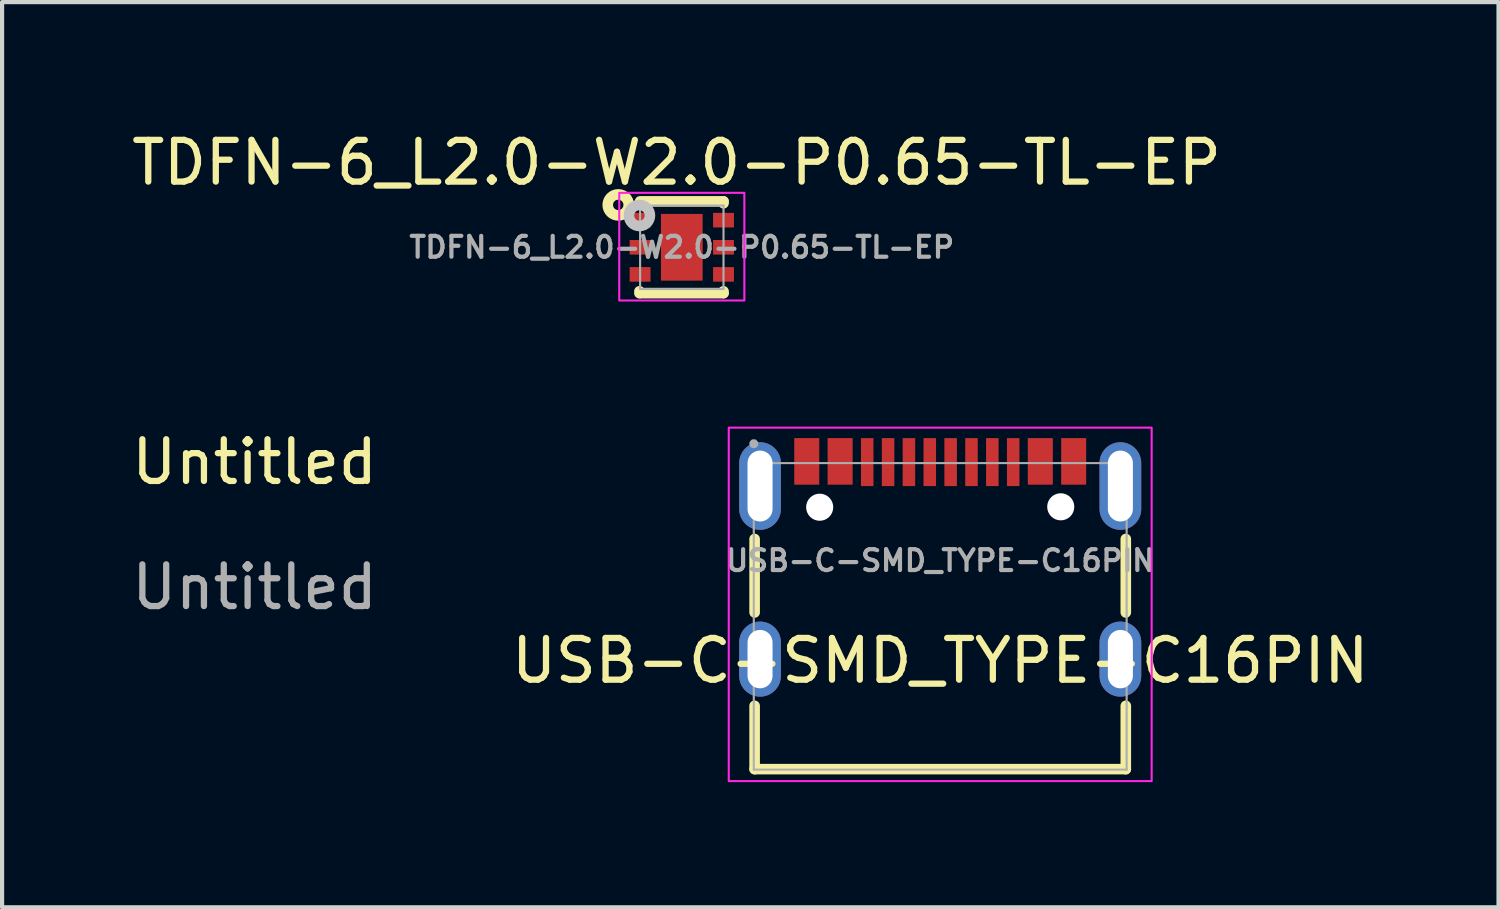
<source format=kicad_pcb>
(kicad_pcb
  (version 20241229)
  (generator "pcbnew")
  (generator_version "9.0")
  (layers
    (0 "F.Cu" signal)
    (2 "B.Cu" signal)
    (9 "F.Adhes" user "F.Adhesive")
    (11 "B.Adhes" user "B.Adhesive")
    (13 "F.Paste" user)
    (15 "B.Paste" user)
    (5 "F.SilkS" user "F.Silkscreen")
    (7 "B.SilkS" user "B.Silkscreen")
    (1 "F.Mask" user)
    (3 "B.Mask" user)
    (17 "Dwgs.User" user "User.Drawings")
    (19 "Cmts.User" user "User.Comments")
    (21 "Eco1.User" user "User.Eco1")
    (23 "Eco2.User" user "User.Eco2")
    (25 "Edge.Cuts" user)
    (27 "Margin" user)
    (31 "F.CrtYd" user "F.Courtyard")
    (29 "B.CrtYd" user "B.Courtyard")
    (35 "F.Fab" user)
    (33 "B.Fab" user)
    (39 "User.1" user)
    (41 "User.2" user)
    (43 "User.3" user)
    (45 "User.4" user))
  (footprint "Untitled"
    (layer "F.Cu")
    (at 3.054 8.527)
    (property "Reference" "Untitled" (at 0 -0.5 0) (unlocked yes) (layer "F.SilkS") (effects (font (size 1 1) (thickness 0.15))))
    (fp_text user "${REFERENCE}" (at 0 2.5 0) (unlocked yes) (layer "F.Fab") (effects (font (size 1 1) (thickness 0.15)))))
  (footprint "USB-C-SMD_TYPE-C16PIN"
    (layer "F.Cu")
    (at 19.494 10.392)
    (property "Reference" "USB-C-SMD_TYPE-C16PIN" (at 0 2.4 0) (layer "F.SilkS") (effects (font (size 1 1) (thickness 0.15))))
    (fp_line (start -4.45 -0.518) (end -4.45 1.243) (stroke (width 0.254) (type default)) (layer "F.SilkS"))
    (fp_line (start -4.45 3.482) (end -4.45 5) (stroke (width 0.254) (type default)) (layer "F.SilkS"))
    (fp_line (start -4.45 5) (end 4.45 5) (stroke (width 0.254) (type default)) (layer "F.SilkS"))
    (fp_line (start 4.45 1.243) (end 4.45 -0.518) (stroke (width 0.254) (type default)) (layer "F.SilkS"))
    (fp_line (start 4.45 5) (end 4.45 3.482) (stroke (width 0.254) (type default)) (layer "F.SilkS"))
    (fp_poly (pts (xy -3.5 -2.938) (xy -2.9 -2.938) (xy -2.9 -1.82) (xy -3.5 -1.82)) (stroke (width 0) (type default)) (fill yes) (layer "F.Paste"))
    (fp_poly (pts (xy -2.7 -2.938) (xy -2.1 -2.938) (xy -2.1 -1.82) (xy -2.7 -1.82)) (stroke (width 0) (type default)) (fill yes) (layer "F.Paste"))
    (fp_poly (pts (xy -1.9 -2.938) (xy -1.6 -2.938) (xy -1.6 -1.788) (xy -1.9 -1.788)) (stroke (width 0) (type default)) (fill yes) (layer "F.Paste"))
    (fp_poly (pts (xy -1.4 -2.938) (xy -1.1 -2.938) (xy -1.1 -1.788) (xy -1.4 -1.788)) (stroke (width 0) (type default)) (fill yes) (layer "F.Paste"))
    (fp_poly (pts (xy -0.9 -2.938) (xy -0.6 -2.938) (xy -0.6 -1.788) (xy -0.9 -1.788)) (stroke (width 0) (type default)) (fill yes) (layer "F.Paste"))
    (fp_poly (pts (xy -0.4 -2.938) (xy -0.1 -2.938) (xy -0.1 -1.788) (xy -0.4 -1.788)) (stroke (width 0) (type default)) (fill yes) (layer "F.Paste"))
    (fp_poly (pts (xy 0.1 -2.938) (xy 0.4 -2.938) (xy 0.4 -1.788) (xy 0.1 -1.788)) (stroke (width 0) (type default)) (fill yes) (layer "F.Paste"))
    (fp_poly (pts (xy 0.6 -2.938) (xy 0.9 -2.938) (xy 0.9 -1.788) (xy 0.6 -1.788)) (stroke (width 0) (type default)) (fill yes) (layer "F.Paste"))
    (fp_poly (pts (xy 1.1 -2.938) (xy 1.4 -2.938) (xy 1.4 -1.788) (xy 1.1 -1.788)) (stroke (width 0) (type default)) (fill yes) (layer "F.Paste"))
    (fp_poly (pts (xy 1.6 -2.938) (xy 1.9 -2.938) (xy 1.9 -1.788) (xy 1.6 -1.788)) (stroke (width 0) (type default)) (fill yes) (layer "F.Paste"))
    (fp_poly (pts (xy 2.1 -2.938) (xy 2.7 -2.938) (xy 2.7 -1.82) (xy 2.1 -1.82)) (stroke (width 0) (type default)) (fill yes) (layer "F.Paste"))
    (fp_poly (pts (xy 2.9 -2.938) (xy 3.5 -2.938) (xy 3.5 -1.82) (xy 2.9 -1.82)) (stroke (width 0) (type default)) (fill yes) (layer "F.Paste"))
    (fp_poly (pts (arc (start -4.82 -2.3375) (mid -4.32 -2.8375) (end -3.82 -2.3375)) (arc (start -3.82 -1.2375) (mid -4.32 -0.7375) (end -4.82 -1.2375))) (stroke (width 0) (type default)) (fill yes) (layer "F.Paste"))
    (fp_poly (pts (arc (start -4.82 1.9625) (mid -4.32 1.4625) (end -3.82 1.9625)) (arc (start -3.82 2.7625) (mid -4.32 3.2625) (end -4.82 2.7625))) (stroke (width 0) (type default)) (fill yes) (layer "F.Paste"))
    (fp_poly (pts (arc (start 3.82 -2.3375) (mid 4.32 -2.8375) (end 4.82 -2.3375)) (arc (start 4.82 -1.2375) (mid 4.32 -0.7375) (end 3.82 -1.2375))) (stroke (width 0) (type default)) (fill yes) (layer "F.Paste"))
    (fp_poly (pts (arc (start 3.82 1.9625) (mid 4.32 1.4625) (end 4.82 1.9625)) (arc (start 4.82 2.7625) (mid 4.32 3.2625) (end 3.82 2.7625))) (stroke (width 0) (type default)) (fill yes) (layer "F.Paste"))
    (fp_rect (start -5.07 -3.188) (end 5.07 5.287) (stroke (width 0.05) (type default)) (fill no) (layer "F.CrtYd"))
    (fp_line (start -4.47 -2.338) (end 4.47 -2.338) (stroke (width 0.051) (type default)) (layer "F.Fab"))
    (fp_line (start -4.47 5.012) (end -4.47 -2.338) (stroke (width 0.051) (type default)) (layer "F.Fab"))
    (fp_line (start 4.47 -2.338) (end 4.47 5.012) (stroke (width 0.051) (type default)) (layer "F.Fab"))
    (fp_line (start 4.47 5.012) (end -4.47 5.012) (stroke (width 0.051) (type default)) (layer "F.Fab"))
    (fp_poly (pts (xy -4.415 -2.825) (xy -4.447 -2.858) (xy -4.493 -2.858) (xy -4.525 -2.825) (xy -4.525 -2.78) (xy -4.493 -2.747) (xy -4.447 -2.747) (xy -4.415 -2.78)) (stroke (width 0.1) (type default)) (fill no) (layer "F.Fab"))
    (fp_poly (pts (xy -4.47 -2.337) (xy -4.17 -2.337) (xy -4.17 -1.238) (xy -4.47 -1.238)) (stroke (width 0.1) (type default)) (fill no) (layer "User.1"))
    (fp_poly (pts (xy -4.47 1.962) (xy -4.17 1.962) (xy -4.17 2.763) (xy -4.47 2.763)) (stroke (width 0.1) (type default)) (fill no) (layer "User.1"))
    (fp_poly (pts (xy -3.4 -2.803) (xy -3 -2.803) (xy -3 -2.103) (xy -3.4 -2.103)) (stroke (width 0.1) (type default)) (fill no) (layer "User.1"))
    (fp_poly (pts (xy -2.6 -2.803) (xy -2.2 -2.803) (xy -2.2 -2.103) (xy -2.6 -2.103)) (stroke (width 0.1) (type default)) (fill no) (layer "User.1"))
    (fp_poly (pts (xy -1.85 -2.803) (xy -1.65 -2.803) (xy -1.65 -2.103) (xy -1.85 -2.103)) (stroke (width 0.1) (type default)) (fill no) (layer "User.1"))
    (fp_poly (pts (xy -1.35 -2.803) (xy -1.15 -2.803) (xy -1.15 -2.103) (xy -1.35 -2.103)) (stroke (width 0.1) (type default)) (fill no) (layer "User.1"))
    (fp_poly (pts (xy -0.85 -2.803) (xy -0.65 -2.803) (xy -0.65 -2.103) (xy -0.85 -2.103)) (stroke (width 0.1) (type default)) (fill no) (layer "User.1"))
    (fp_poly (pts (xy -0.35 -2.803) (xy -0.15 -2.803) (xy -0.15 -2.103) (xy -0.35 -2.103)) (stroke (width 0.1) (type default)) (fill no) (layer "User.1"))
    (fp_poly (pts (xy 0.15 -2.803) (xy 0.35 -2.803) (xy 0.35 -2.103) (xy 0.15 -2.103)) (stroke (width 0.1) (type default)) (fill no) (layer "User.1"))
    (fp_poly (pts (xy 0.65 -2.803) (xy 0.85 -2.803) (xy 0.85 -2.103) (xy 0.65 -2.103)) (stroke (width 0.1) (type default)) (fill no) (layer "User.1"))
    (fp_poly (pts (xy 1.15 -2.803) (xy 1.35 -2.803) (xy 1.35 -2.103) (xy 1.15 -2.103)) (stroke (width 0.1) (type default)) (fill no) (layer "User.1"))
    (fp_poly (pts (xy 1.65 -2.803) (xy 1.85 -2.803) (xy 1.85 -2.103) (xy 1.65 -2.103)) (stroke (width 0.1) (type default)) (fill no) (layer "User.1"))
    (fp_poly (pts (xy 2.2 -2.803) (xy 2.6 -2.803) (xy 2.6 -2.103) (xy 2.2 -2.103)) (stroke (width 0.1) (type default)) (fill no) (layer "User.1"))
    (fp_poly (pts (xy 3 -2.803) (xy 3.4 -2.803) (xy 3.4 -2.103) (xy 3 -2.103)) (stroke (width 0.1) (type default)) (fill no) (layer "User.1"))
    (fp_poly (pts (xy 4.17 -2.337) (xy 4.47 -2.337) (xy 4.47 -1.238) (xy 4.17 -1.238)) (stroke (width 0.1) (type default)) (fill no) (layer "User.1"))
    (fp_poly (pts (xy 4.17 1.962) (xy 4.47 1.962) (xy 4.47 2.763) (xy 4.17 2.763)) (stroke (width 0.1) (type default)) (fill no) (layer "User.1"))
    (fp_text user "${REFERENCE}" (at 0 0 0) (layer "F.Fab") (effects (font (size 0.5 0.5) (thickness 0.1))))
    (pad "" np_thru_hole circle (at -2.89 -1.28) (size 0.65 0.65) (drill 0.65) (layers "*.Cu" "*.Mask"))
    (pad "" np_thru_hole circle (at 2.89 -1.29) (size 0.65 0.65) (drill 0.65) (layers "*.Cu" "*.Mask"))
    (pad "1" thru_hole oval (at -4.32 -1.788) (size 1 2.1) (drill oval 0.6 1.7) (layers "*.Cu" "*.Mask"))
    (pad "2" thru_hole oval (at 4.32 -1.788) (size 1 2.1) (drill oval 0.6 1.7) (layers "*.Cu" "*.Mask"))
    (pad "3" thru_hole oval (at -4.32 2.362) (size 1 1.8) (drill oval 0.6 1.4) (layers "*.Cu" "*.Mask"))
    (pad "4" thru_hole oval (at 4.32 2.362) (size 1 1.8) (drill oval 0.6 1.4) (layers "*.Cu" "*.Mask"))
    (pad "A1B12" smd rect (at -3.2 -2.379) (size 0.6 1.117) (layers "F.Cu" "F.Mask" "F.Paste"))
    (pad "A4B9" smd rect (at -2.4 -2.379) (size 0.6 1.117) (layers "F.Cu" "F.Mask" "F.Paste"))
    (pad "A5" smd rect (at -1.25 -2.362) (size 0.3 1.15) (layers "F.Cu" "F.Mask" "F.Paste"))
    (pad "A6" smd rect (at -0.25 -2.362) (size 0.3 1.15) (layers "F.Cu" "F.Mask" "F.Paste"))
    (pad "A7" smd rect (at 0.25 -2.362) (size 0.3 1.15) (layers "F.Cu" "F.Mask" "F.Paste"))
    (pad "A8" smd rect (at 1.25 -2.362) (size 0.3 1.15) (layers "F.Cu" "F.Mask" "F.Paste"))
    (pad "B1A12" smd rect (at 3.2 -2.379) (size 0.6 1.117) (layers "F.Cu" "F.Mask" "F.Paste"))
    (pad "B4A9" smd rect (at 2.4 -2.379) (size 0.6 1.117) (layers "F.Cu" "F.Mask" "F.Paste"))
    (pad "B5" smd rect (at 1.75 -2.362) (size 0.3 1.15) (layers "F.Cu" "F.Mask" "F.Paste"))
    (pad "B6" smd rect (at 0.75 -2.362) (size 0.3 1.15) (layers "F.Cu" "F.Mask" "F.Paste"))
    (pad "B7" smd rect (at -0.75 -2.362) (size 0.3 1.15) (layers "F.Cu" "F.Mask" "F.Paste"))
    (pad "B8" smd rect (at -1.75 -2.362) (size 0.3 1.15) (layers "F.Cu" "F.Mask" "F.Paste")))
  (footprint "TDFN-6_L2.0-W2.0-P0.65-TL-EP"
    (layer "F.Cu")
    (at 13.298 2.879)
    (property "Reference" "TDFN-6_L2.0-W2.0-P0.65-TL-EP" (at -0.126 -2.03 0) (layer "F.SilkS") (effects (font (size 1 1) (thickness 0.15))))
    (fp_line (start -1.016 1.056) (end -1.016 1.1) (stroke (width 0.254) (type default)) (layer "F.SilkS"))
    (fp_line (start -1 -1.1) (end 1 -1.1) (stroke (width 0.254) (type default)) (layer "F.SilkS"))
    (fp_line (start -1 1.1) (end 1 1.1) (stroke (width 0.254) (type default)) (layer "F.SilkS"))
    (fp_line (start 1 -1.1) (end 1 -1.056) (stroke (width 0.254) (type default)) (layer "F.SilkS"))
    (fp_line (start 1 1.056) (end 1 1.1) (stroke (width 0.254) (type default)) (layer "F.SilkS"))
    (fp_circle (center -1.524 -1.016) (end -1.399 -1.016) (stroke (width 0.254) (type default)) (fill no) (layer "F.SilkS"))
    (fp_circle (center -1.016 -0.762) (end -0.891 -0.762) (stroke (width 0.254) (type default)) (fill no) (layer "Dwgs.User"))
    (fp_rect (start -1.5 -1.305) (end 1.5 1.276) (stroke (width 0.05) (type default)) (fill no) (layer "F.CrtYd"))
    (fp_line (start -1 -1) (end 1 -1) (stroke (width 0.051) (type default)) (layer "F.Fab"))
    (fp_line (start -1 1) (end -1 -1) (stroke (width 0.051) (type default)) (layer "F.Fab"))
    (fp_line (start 1 -1) (end 1 1) (stroke (width 0.051) (type default)) (layer "F.Fab"))
    (fp_line (start 1 1) (end -1 1) (stroke (width 0.051) (type default)) (layer "F.Fab"))
    (fp_poly (pts (xy -0.945 -1.023) (xy -0.977 -1.055) (xy -1.023 -1.055) (xy -1.055 -1.023) (xy -1.055 -0.977) (xy -1.023 -0.945) (xy -0.977 -0.945) (xy -0.945 -0.977)) (stroke (width 0.1) (type default)) (fill no) (layer "F.Fab"))
    (fp_poly (pts (xy -0.7 -0.8) (xy -0.7 -0.5) (xy -1 -0.5) (xy -1 -0.8)) (stroke (width 0.1) (type default)) (fill no) (layer "User.1"))
    (fp_poly (pts (xy -0.7 -0.15) (xy -0.7 0.15) (xy -1 0.15) (xy -1 -0.15)) (stroke (width 0.1) (type default)) (fill no) (layer "User.1"))
    (fp_poly (pts (xy -0.7 0.5) (xy -0.7 0.8) (xy -1 0.8) (xy -1 0.5)) (stroke (width 0.1) (type default)) (fill no) (layer "User.1"))
    (fp_poly (pts (xy 0.5 0.8) (xy -0.5 0.8) (xy -0.5 -0.8) (xy 0.5 -0.8)) (stroke (width 0.1) (type default)) (fill no) (layer "User.1"))
    (fp_poly (pts (xy 1 -0.8) (xy 1 -0.5) (xy 0.7 -0.5) (xy 0.7 -0.8)) (stroke (width 0.1) (type default)) (fill no) (layer "User.1"))
    (fp_poly (pts (xy 1 -0.15) (xy 1 0.15) (xy 0.7 0.15) (xy 0.7 -0.15)) (stroke (width 0.1) (type default)) (fill no) (layer "User.1"))
    (fp_poly (pts (xy 1 0.5) (xy 1 0.8) (xy 0.7 0.8) (xy 0.7 0.5)) (stroke (width 0.1) (type default)) (fill no) (layer "User.1"))
    (fp_text user "${REFERENCE}" (at 0 0 0) (layer "F.Fab") (effects (font (size 0.5 0.5) (thickness 0.1))))
    (pad "1" smd rect (at -1 -0.65 90) (size 0.35 0.5) (layers "F.Cu" "F.Mask" "F.Paste"))
    (pad "2" smd rect (at -1 0 90) (size 0.35 0.5) (layers "F.Cu" "F.Mask" "F.Paste"))
    (pad "3" smd rect (at -1 0.65 90) (size 0.35 0.5) (layers "F.Cu" "F.Mask" "F.Paste"))
    (pad "4" smd rect (at 1 0.65 90) (size 0.35 0.5) (layers "F.Cu" "F.Mask" "F.Paste"))
    (pad "5" smd rect (at 1 0 90) (size 0.35 0.5) (layers "F.Cu" "F.Mask" "F.Paste"))
    (pad "6" smd rect (at 1 -0.65 90) (size 0.35 0.5) (layers "F.Cu" "F.Mask" "F.Paste"))
    (pad "7" smd rect (at 0 0 180) (size 1 1.6) (layers "F.Cu" "F.Mask" "F.Paste")))
  (gr_rect
    (start -3 -3)
    (end 32.881 18.704)
    (stroke (width 0.1) (type default))
    (fill no)
    (layer "Edge.Cuts")))
</source>
